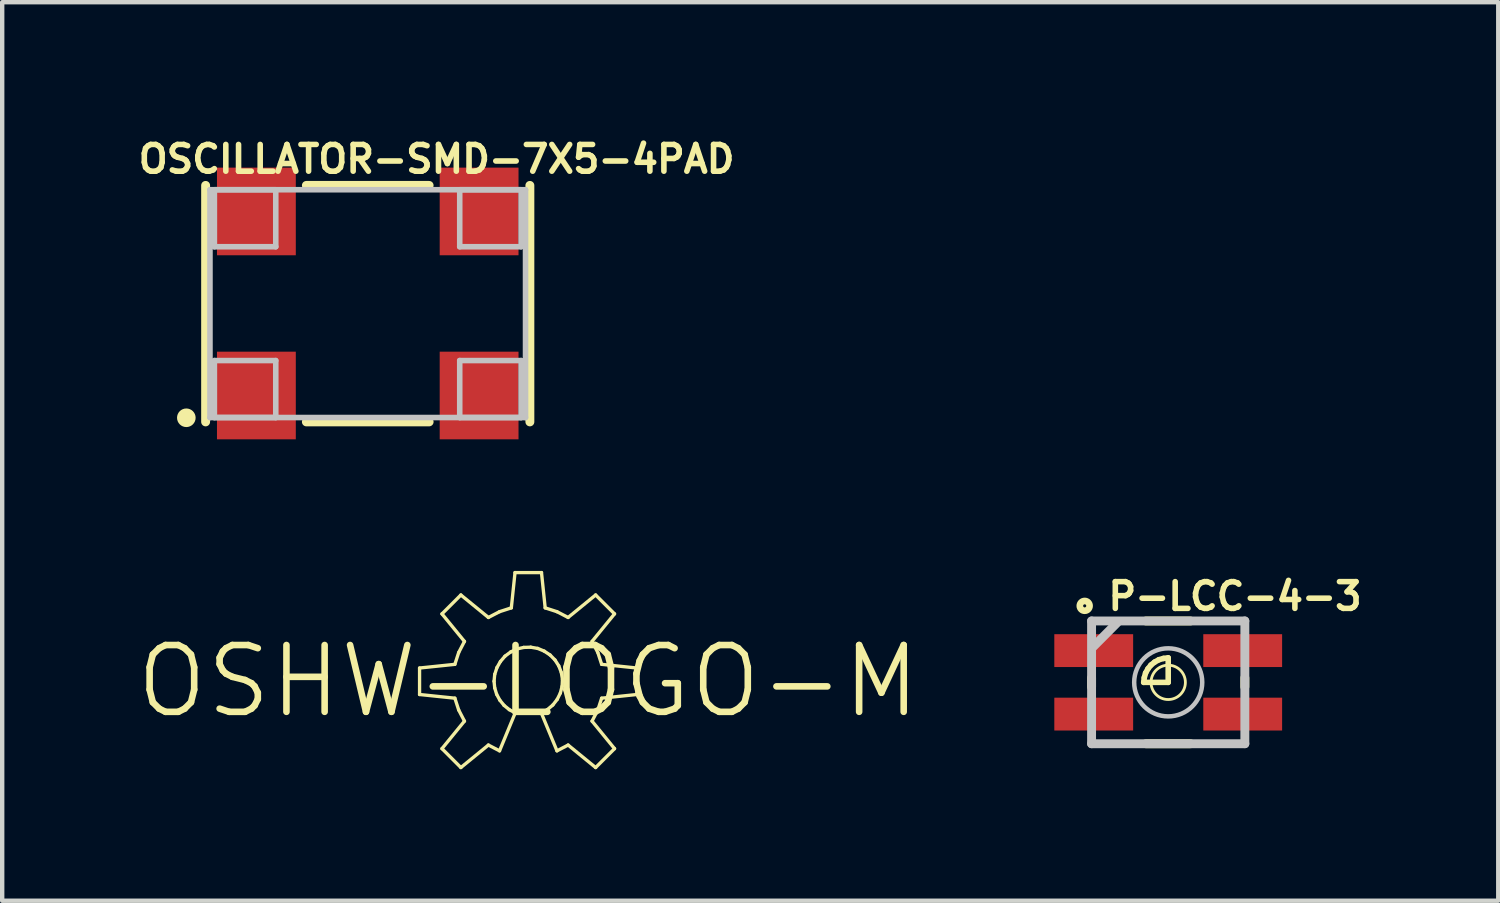
<source format=kicad_pcb>
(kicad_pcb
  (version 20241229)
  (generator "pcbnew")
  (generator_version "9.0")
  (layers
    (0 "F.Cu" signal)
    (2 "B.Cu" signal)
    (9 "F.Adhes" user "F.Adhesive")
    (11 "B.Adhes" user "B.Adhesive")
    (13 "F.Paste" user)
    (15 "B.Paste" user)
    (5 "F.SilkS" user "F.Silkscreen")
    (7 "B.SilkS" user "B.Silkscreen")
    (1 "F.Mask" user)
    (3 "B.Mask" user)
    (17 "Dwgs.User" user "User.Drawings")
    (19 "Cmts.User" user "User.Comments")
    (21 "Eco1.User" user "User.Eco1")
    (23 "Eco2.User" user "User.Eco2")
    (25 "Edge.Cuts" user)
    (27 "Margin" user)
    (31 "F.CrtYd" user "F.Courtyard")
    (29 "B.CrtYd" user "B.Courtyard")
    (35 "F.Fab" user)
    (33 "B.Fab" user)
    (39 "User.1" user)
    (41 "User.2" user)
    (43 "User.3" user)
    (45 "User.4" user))
  (footprint "OSHW-LOGO-M"
    (layer "F.Cu")
    (at 8.999 12.489)
    (property "Reference" "OSHW-LOGO-M" (at 0 0 0) (layer "F.SilkS") (effects (font (size 1.524 1.524) (thickness 0.15))))
    (attr exclude_from_pos_files exclude_from_bom)
    (fp_line (start -2.479 -0.302) (end -2.479 0.302) (stroke (width 0.076) (type solid)) (layer "F.SilkS"))
    (fp_line (start -2.479 0.302) (end -1.674 0.386) (stroke (width 0.076) (type solid)) (layer "F.SilkS"))
    (fp_line (start -1.968 -1.537) (end -1.455 -0.909) (stroke (width 0.076) (type solid)) (layer "F.SilkS"))
    (fp_line (start -1.968 1.537) (end -1.537 1.968) (stroke (width 0.076) (type solid)) (layer "F.SilkS"))
    (fp_line (start -1.674 -0.386) (end -2.479 -0.302) (stroke (width 0.076) (type solid)) (layer "F.SilkS"))
    (fp_line (start -1.674 0.386) (end -1.587 0.655) (stroke (width 0.076) (type solid)) (layer "F.SilkS"))
    (fp_line (start -1.587 -0.655) (end -1.674 -0.386) (stroke (width 0.076) (type solid)) (layer "F.SilkS"))
    (fp_line (start -1.587 0.655) (end -1.455 0.909) (stroke (width 0.076) (type solid)) (layer "F.SilkS"))
    (fp_line (start -1.537 -1.968) (end -1.968 -1.537) (stroke (width 0.076) (type solid)) (layer "F.SilkS"))
    (fp_line (start -1.537 1.968) (end -0.909 1.455) (stroke (width 0.076) (type solid)) (layer "F.SilkS"))
    (fp_line (start -1.455 -0.909) (end -1.587 -0.655) (stroke (width 0.076) (type solid)) (layer "F.SilkS"))
    (fp_line (start -1.455 0.909) (end -1.968 1.537) (stroke (width 0.076) (type solid)) (layer "F.SilkS"))
    (fp_line (start -0.909 -1.455) (end -1.537 -1.968) (stroke (width 0.076) (type solid)) (layer "F.SilkS"))
    (fp_line (start -0.909 1.455) (end -0.655 1.587) (stroke (width 0.076) (type solid)) (layer "F.SilkS"))
    (fp_line (start -0.78 0) (end -0.765 -0.157) (stroke (width 0.076) (type solid)) (layer "F.SilkS"))
    (fp_line (start -0.765 -0.157) (end -0.714 -0.312) (stroke (width 0.076) (type solid)) (layer "F.SilkS"))
    (fp_line (start -0.765 0.152) (end -0.78 0) (stroke (width 0.076) (type solid)) (layer "F.SilkS"))
    (fp_line (start -0.721 0.297) (end -0.765 0.152) (stroke (width 0.076) (type solid)) (layer "F.SilkS"))
    (fp_line (start -0.714 -0.312) (end -0.635 -0.45) (stroke (width 0.076) (type solid)) (layer "F.SilkS"))
    (fp_line (start -0.655 -1.587) (end -0.909 -1.455) (stroke (width 0.076) (type solid)) (layer "F.SilkS"))
    (fp_line (start -0.655 1.587) (end -0.297 0.721) (stroke (width 0.076) (type solid)) (layer "F.SilkS"))
    (fp_line (start -0.648 0.432) (end -0.721 0.297) (stroke (width 0.076) (type solid)) (layer "F.SilkS"))
    (fp_line (start -0.635 -0.45) (end -0.531 -0.572) (stroke (width 0.076) (type solid)) (layer "F.SilkS"))
    (fp_line (start -0.551 0.551) (end -0.648 0.432) (stroke (width 0.076) (type solid)) (layer "F.SilkS"))
    (fp_line (start -0.531 -0.572) (end -0.401 -0.668) (stroke (width 0.076) (type solid)) (layer "F.SilkS"))
    (fp_line (start -0.432 0.648) (end -0.551 0.551) (stroke (width 0.076) (type solid)) (layer "F.SilkS"))
    (fp_line (start -0.401 -0.668) (end -0.257 -0.737) (stroke (width 0.076) (type solid)) (layer "F.SilkS"))
    (fp_line (start -0.386 -1.674) (end -0.655 -1.587) (stroke (width 0.076) (type solid)) (layer "F.SilkS"))
    (fp_line (start -0.302 -2.479) (end -0.386 -1.674) (stroke (width 0.076) (type solid)) (layer "F.SilkS"))
    (fp_line (start -0.297 0.721) (end -0.432 0.648) (stroke (width 0.076) (type solid)) (layer "F.SilkS"))
    (fp_line (start -0.257 -0.737) (end -0.102 -0.772) (stroke (width 0.076) (type solid)) (layer "F.SilkS"))
    (fp_line (start -0.102 -0.772) (end 0.056 -0.777) (stroke (width 0.076) (type solid)) (layer "F.SilkS"))
    (fp_line (start 0.056 -0.777) (end 0.216 -0.749) (stroke (width 0.076) (type solid)) (layer "F.SilkS"))
    (fp_line (start 0.216 -0.749) (end 0.363 -0.688) (stroke (width 0.076) (type solid)) (layer "F.SilkS"))
    (fp_line (start 0.297 0.721) (end 0.655 1.587) (stroke (width 0.076) (type solid)) (layer "F.SilkS"))
    (fp_line (start 0.302 -2.479) (end -0.302 -2.479) (stroke (width 0.076) (type solid)) (layer "F.SilkS"))
    (fp_line (start 0.363 -0.688) (end 0.498 -0.599) (stroke (width 0.076) (type solid)) (layer "F.SilkS"))
    (fp_line (start 0.386 -1.674) (end 0.302 -2.479) (stroke (width 0.076) (type solid)) (layer "F.SilkS"))
    (fp_line (start 0.439 0.645) (end 0.297 0.721) (stroke (width 0.076) (type solid)) (layer "F.SilkS"))
    (fp_line (start 0.498 -0.599) (end 0.61 -0.485) (stroke (width 0.076) (type solid)) (layer "F.SilkS"))
    (fp_line (start 0.561 0.541) (end 0.439 0.645) (stroke (width 0.076) (type solid)) (layer "F.SilkS"))
    (fp_line (start 0.61 -0.485) (end 0.696 -0.351) (stroke (width 0.076) (type solid)) (layer "F.SilkS"))
    (fp_line (start 0.655 -1.587) (end 0.386 -1.674) (stroke (width 0.076) (type solid)) (layer "F.SilkS"))
    (fp_line (start 0.655 1.587) (end 0.909 1.455) (stroke (width 0.076) (type solid)) (layer "F.SilkS"))
    (fp_line (start 0.66 0.414) (end 0.561 0.541) (stroke (width 0.076) (type solid)) (layer "F.SilkS"))
    (fp_line (start 0.696 -0.351) (end 0.754 -0.201) (stroke (width 0.076) (type solid)) (layer "F.SilkS"))
    (fp_line (start 0.732 0.269) (end 0.66 0.414) (stroke (width 0.076) (type solid)) (layer "F.SilkS"))
    (fp_line (start 0.754 -0.201) (end 0.78 -0.043) (stroke (width 0.076) (type solid)) (layer "F.SilkS"))
    (fp_line (start 0.772 0.114) (end 0.732 0.269) (stroke (width 0.076) (type solid)) (layer "F.SilkS"))
    (fp_line (start 0.78 -0.043) (end 0.772 0.114) (stroke (width 0.076) (type solid)) (layer "F.SilkS"))
    (fp_line (start 0.909 -1.455) (end 0.655 -1.587) (stroke (width 0.076) (type solid)) (layer "F.SilkS"))
    (fp_line (start 0.909 1.455) (end 1.537 1.968) (stroke (width 0.076) (type solid)) (layer "F.SilkS"))
    (fp_line (start 1.455 -0.909) (end 1.968 -1.537) (stroke (width 0.076) (type solid)) (layer "F.SilkS"))
    (fp_line (start 1.455 0.909) (end 1.587 0.655) (stroke (width 0.076) (type solid)) (layer "F.SilkS"))
    (fp_line (start 1.537 -1.968) (end 0.909 -1.455) (stroke (width 0.076) (type solid)) (layer "F.SilkS"))
    (fp_line (start 1.537 1.968) (end 1.968 1.537) (stroke (width 0.076) (type solid)) (layer "F.SilkS"))
    (fp_line (start 1.587 -0.655) (end 1.455 -0.909) (stroke (width 0.076) (type solid)) (layer "F.SilkS"))
    (fp_line (start 1.587 0.655) (end 1.674 0.386) (stroke (width 0.076) (type solid)) (layer "F.SilkS"))
    (fp_line (start 1.674 -0.386) (end 1.587 -0.655) (stroke (width 0.076) (type solid)) (layer "F.SilkS"))
    (fp_line (start 1.674 0.386) (end 2.479 0.302) (stroke (width 0.076) (type solid)) (layer "F.SilkS"))
    (fp_line (start 1.968 -1.537) (end 1.537 -1.968) (stroke (width 0.076) (type solid)) (layer "F.SilkS"))
    (fp_line (start 1.968 1.537) (end 1.455 0.909) (stroke (width 0.076) (type solid)) (layer "F.SilkS"))
    (fp_line (start 2.479 -0.302) (end 1.674 -0.386) (stroke (width 0.076) (type solid)) (layer "F.SilkS"))
    (fp_line (start 2.479 0.302) (end 2.479 -0.302) (stroke (width 0.076) (type solid)) (layer "F.SilkS")))
  (footprint "OSCILLATOR-SMD-7X5-4PAD"
    (layer "F.Cu")
    (at 5.338 3.876)
    (property "Reference" "OSCILLATOR-SMD-7X5-4PAD" (at 1.57 -3.297 0) (layer "F.SilkS") (effects (font (size 0.61 0.61) (thickness 0.127))))
    (attr smd)
    (fp_line (start -3.698 -2.697) (end -3.698 2.697) (stroke (width 0.203) (type solid)) (layer "F.SilkS"))
    (fp_line (start -1.4 2.697) (end 1.4 2.697) (stroke (width 0.203) (type solid)) (layer "F.SilkS"))
    (fp_line (start 1.4 -2.697) (end -1.4 -2.697) (stroke (width 0.203) (type solid)) (layer "F.SilkS"))
    (fp_line (start 3.698 2.697) (end 3.698 -2.697) (stroke (width 0.203) (type solid)) (layer "F.SilkS"))
    (fp_circle (center -4.138 2.603) (end -4.288 2.753) (stroke (width 0) (type solid)) (fill yes) (layer "F.SilkS"))
    (fp_line (start -3.599 -2.598) (end -3.599 2.598) (stroke (width 0.127) (type solid)) (layer "Dwgs.User"))
    (fp_line (start -3.599 2.598) (end 3.599 2.598) (stroke (width 0.127) (type solid)) (layer "Dwgs.User"))
    (fp_line (start -3.498 -2.598) (end -2.098 -2.598) (stroke (width 0.127) (type solid)) (layer "Dwgs.User"))
    (fp_line (start -3.498 -1.298) (end -3.498 -2.598) (stroke (width 0.127) (type solid)) (layer "Dwgs.User"))
    (fp_line (start -3.498 1.298) (end -3.498 2.598) (stroke (width 0.127) (type solid)) (layer "Dwgs.User"))
    (fp_line (start -3.498 2.598) (end -2.098 2.598) (stroke (width 0.127) (type solid)) (layer "Dwgs.User"))
    (fp_line (start -2.098 -2.598) (end -2.098 -1.298) (stroke (width 0.127) (type solid)) (layer "Dwgs.User"))
    (fp_line (start -2.098 -1.298) (end -3.498 -1.298) (stroke (width 0.127) (type solid)) (layer "Dwgs.User"))
    (fp_line (start -2.098 1.298) (end -3.498 1.298) (stroke (width 0.127) (type solid)) (layer "Dwgs.User"))
    (fp_line (start -2.098 2.598) (end -2.098 1.298) (stroke (width 0.127) (type solid)) (layer "Dwgs.User"))
    (fp_line (start 2.098 -2.598) (end 2.098 -1.298) (stroke (width 0.127) (type solid)) (layer "Dwgs.User"))
    (fp_line (start 2.098 -1.298) (end 3.498 -1.298) (stroke (width 0.127) (type solid)) (layer "Dwgs.User"))
    (fp_line (start 2.098 1.298) (end 3.498 1.298) (stroke (width 0.127) (type solid)) (layer "Dwgs.User"))
    (fp_line (start 2.098 2.598) (end 2.098 1.298) (stroke (width 0.127) (type solid)) (layer "Dwgs.User"))
    (fp_line (start 3.498 -2.598) (end 2.098 -2.598) (stroke (width 0.127) (type solid)) (layer "Dwgs.User"))
    (fp_line (start 3.498 -1.298) (end 3.498 -2.598) (stroke (width 0.127) (type solid)) (layer "Dwgs.User"))
    (fp_line (start 3.498 1.298) (end 3.498 2.598) (stroke (width 0.127) (type solid)) (layer "Dwgs.User"))
    (fp_line (start 3.498 2.598) (end 2.098 2.598) (stroke (width 0.127) (type solid)) (layer "Dwgs.User"))
    (fp_line (start 3.599 -2.598) (end -3.599 -2.598) (stroke (width 0.127) (type solid)) (layer "Dwgs.User"))
    (fp_line (start 3.599 2.598) (end 3.599 -2.598) (stroke (width 0.127) (type solid)) (layer "Dwgs.User"))
    (pad "1" smd rect (at -2.54 2.095 90) (size 1.999 1.798) (layers "F.Cu" "F.Mask" "F.Paste"))
    (pad "2" smd rect (at 2.54 2.095 90) (size 1.999 1.798) (layers "F.Cu" "F.Mask" "F.Paste"))
    (pad "3" smd rect (at 2.54 -2.103 90) (size 1.999 1.798) (layers "F.Cu" "F.Mask" "F.Paste"))
    (pad "4" smd rect (at -2.54 -2.103 90) (size 1.999 1.798) (layers "F.Cu" "F.Mask" "F.Paste")))
  (footprint "P-LCC-4-3"
    (layer "F.Cu")
    (at 23.596 12.514)
    (property "Reference" "P-LCC-4-3" (at 1.524 -1.963 0) (layer "F.SilkS") (effects (font (size 0.61 0.61) (thickness 0.127))))
    (attr smd)
    (fp_line (start -1.748 0.102) (end -1.748 -0.102) (stroke (width 0.203) (type solid)) (layer "F.SilkS"))
    (fp_line (start -0.559 0) (end 0 0) (stroke (width 0.127) (type solid)) (layer "F.SilkS"))
    (fp_line (start -0.546 -0.107) (end -0.559 0) (stroke (width 0.127) (type solid)) (layer "F.SilkS"))
    (fp_line (start -0.516 -0.213) (end -0.546 -0.107) (stroke (width 0.127) (type solid)) (layer "F.SilkS"))
    (fp_line (start -0.508 -1.4) (end 0.508 -1.4) (stroke (width 0.203) (type solid)) (layer "F.SilkS"))
    (fp_line (start -0.508 1.4) (end 0.508 1.4) (stroke (width 0.203) (type solid)) (layer "F.SilkS"))
    (fp_line (start -0.462 -0.31) (end -0.516 -0.213) (stroke (width 0.127) (type solid)) (layer "F.SilkS"))
    (fp_line (start -0.394 -0.394) (end -0.462 -0.31) (stroke (width 0.127) (type solid)) (layer "F.SilkS"))
    (fp_line (start -0.31 -0.462) (end -0.394 -0.394) (stroke (width 0.127) (type solid)) (layer "F.SilkS"))
    (fp_line (start -0.213 -0.516) (end -0.31 -0.462) (stroke (width 0.127) (type solid)) (layer "F.SilkS"))
    (fp_line (start -0.107 -0.546) (end -0.213 -0.516) (stroke (width 0.127) (type solid)) (layer "F.SilkS"))
    (fp_line (start 0 -0.559) (end -0.107 -0.546) (stroke (width 0.127) (type solid)) (layer "F.SilkS"))
    (fp_line (start 0 0) (end 0 -0.559) (stroke (width 0.127) (type solid)) (layer "F.SilkS"))
    (fp_line (start 1.748 0.102) (end 1.748 -0.102) (stroke (width 0.203) (type solid)) (layer "F.SilkS"))
    (fp_circle (center -1.905 -1.745) (end -1.93 -1.77) (stroke (width 0.152) (type solid)) (fill no) (layer "F.SilkS"))
    (fp_circle (center 0 0) (end -0.277 0.277) (stroke (width 0.064) (type solid)) (fill no) (layer "F.SilkS"))
    (fp_line (start -1.748 -1.4) (end -1.748 1.4) (stroke (width 0.203) (type solid)) (layer "Dwgs.User"))
    (fp_line (start -1.748 1.4) (end 1.748 1.4) (stroke (width 0.203) (type solid)) (layer "Dwgs.User"))
    (fp_line (start -1.166 -1.359) (end -1.714 -0.808) (stroke (width 0.203) (type solid)) (layer "Dwgs.User"))
    (fp_line (start 1.748 -1.4) (end -1.748 -1.4) (stroke (width 0.203) (type solid)) (layer "Dwgs.User"))
    (fp_line (start 1.748 1.4) (end 1.748 -1.4) (stroke (width 0.203) (type solid)) (layer "Dwgs.User"))
    (fp_circle (center 0 0) (end -0.549 0.549) (stroke (width 0.102) (type solid)) (fill no) (layer "Dwgs.User"))
    (pad "1" smd rect (at -1.699 -0.724 90) (size 0.749 1.798) (layers "F.Cu" "F.Mask" "F.Paste"))
    (pad "2" smd rect (at -1.699 0.724 90) (size 0.749 1.798) (layers "F.Cu" "F.Mask" "F.Paste"))
    (pad "3" smd rect (at 1.699 0.724 90) (size 0.749 1.798) (layers "F.Cu" "F.Mask" "F.Paste"))
    (pad "4" smd rect (at 1.699 -0.724 90) (size 0.749 1.798) (layers "F.Cu" "F.Mask" "F.Paste")))
  (gr_rect
    (start -3 -3)
    (end 31.124 17.495)
    (stroke (width 0.1) (type default))
    (fill no)
    (layer "Edge.Cuts")))
</source>
